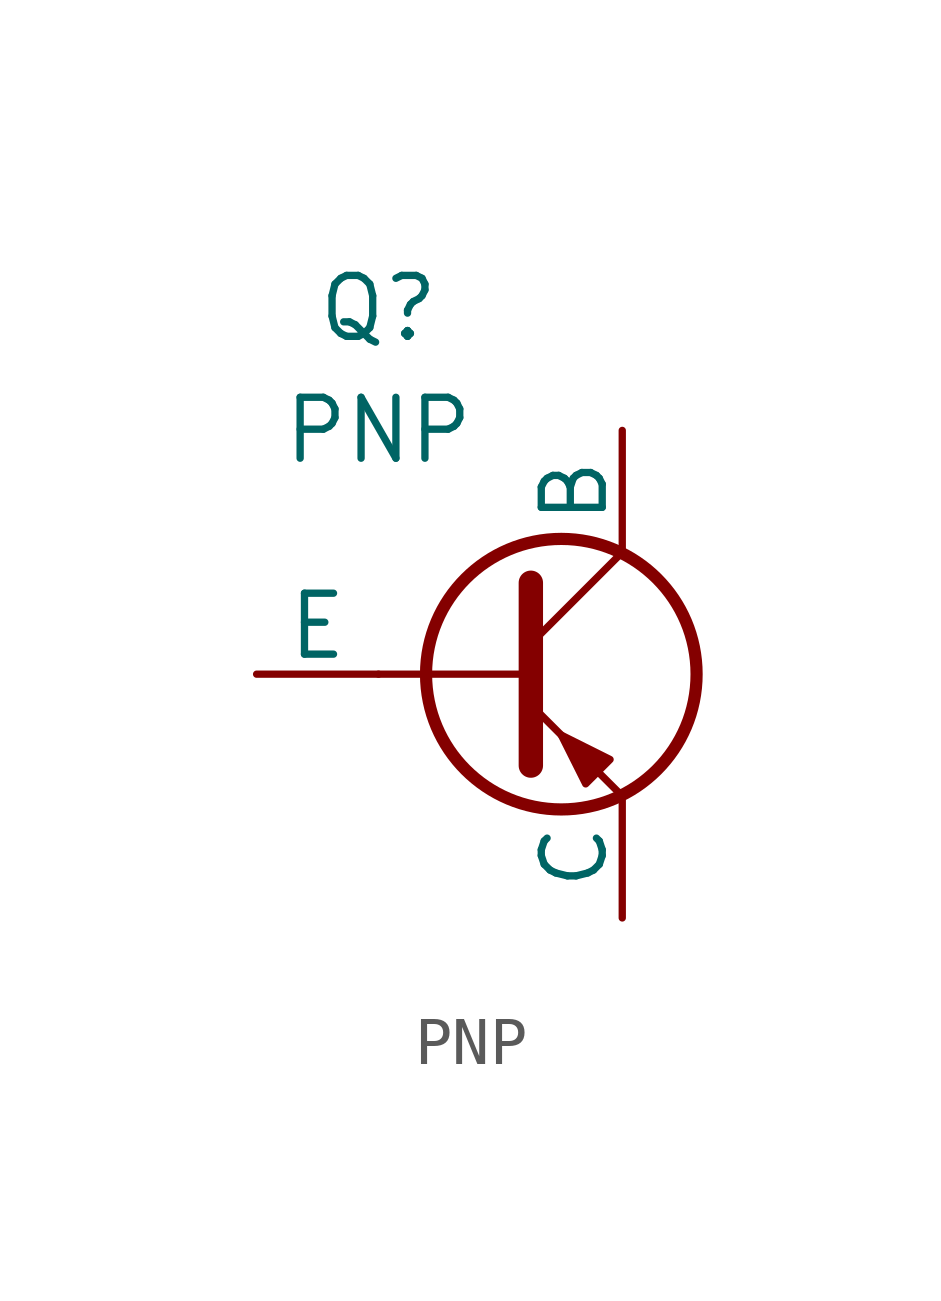
<source format=kicad_sym>
(kicad_symbol_lib
  (version 20220914)
  (generator kicad_symbol_editor)
  (symbol "PNP"
    (pin_numbers hide)
    (pin_names
      (offset 0))
    (property "Reference" "Q"
      (at -2.54 7.62 0)
      (effects (font (size 1.27 1.27))))
    (property "Value" "PNP"
      (at -2.54 5.08 0)
      (effects (font (size 1.27 1.27))))
    (symbol "PNP_0_1"
      (polyline (pts (xy -2.54 0) (xy 0.635 0)) (stroke (width 0.152) (type default)) (fill (type none)))
      (polyline (pts (xy 0.635 0.635) (xy 2.54 2.54)) (stroke (width 0) (type default)) (fill (type none)))
      (polyline (pts (xy 0.635 -0.635) (xy 2.54 -2.54) (xy 2.54 -2.54)) (stroke (width 0) (type default)) (fill (type none)))
      (polyline (pts (xy 0.635 1.905) (xy 0.635 -1.905) (xy 0.635 -1.905)) (stroke (width 0.508) (type default)) (fill (type none)))
      (polyline (pts (xy 2.286 -1.778) (xy 1.778 -2.286) (xy 1.27 -1.27) (xy 2.286 -1.778) (xy 2.286 -1.778)) (stroke (width 0) (type default)) (fill (type outline)))
      (circle (center 1.27 0) (radius 2.819) (stroke (width 0.254) (type default)) (fill (type none))))
    (symbol "PNP_1_1"
      (pin open_collector line (at 2.54 5.08 270) (length 2.54) (name "B" (effects (font (size 1.27 1.27)))) (number "1" (effects (font (size 1.27 1.27)))))
      (pin input line (at -5.08 0 0) (length 2.54) (name "E" (effects (font (size 1.27 1.27)))) (number "2" (effects (font (size 1.27 1.27)))))
      (pin open_emitter line (at 2.54 -5.08 90) (length 2.54) (name "C" (effects (font (size 1.27 1.27)))) (number "3" (effects (font (size 1.27 1.27))))))))
</source>
